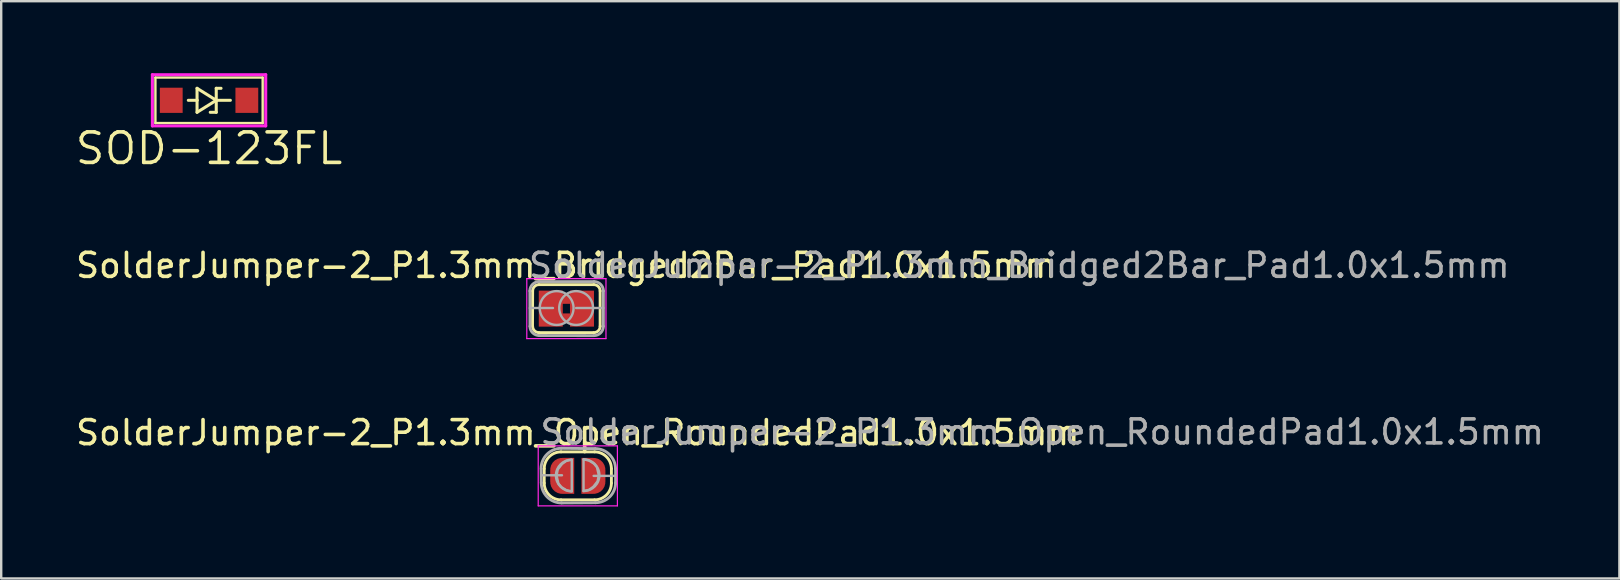
<source format=kicad_pcb>
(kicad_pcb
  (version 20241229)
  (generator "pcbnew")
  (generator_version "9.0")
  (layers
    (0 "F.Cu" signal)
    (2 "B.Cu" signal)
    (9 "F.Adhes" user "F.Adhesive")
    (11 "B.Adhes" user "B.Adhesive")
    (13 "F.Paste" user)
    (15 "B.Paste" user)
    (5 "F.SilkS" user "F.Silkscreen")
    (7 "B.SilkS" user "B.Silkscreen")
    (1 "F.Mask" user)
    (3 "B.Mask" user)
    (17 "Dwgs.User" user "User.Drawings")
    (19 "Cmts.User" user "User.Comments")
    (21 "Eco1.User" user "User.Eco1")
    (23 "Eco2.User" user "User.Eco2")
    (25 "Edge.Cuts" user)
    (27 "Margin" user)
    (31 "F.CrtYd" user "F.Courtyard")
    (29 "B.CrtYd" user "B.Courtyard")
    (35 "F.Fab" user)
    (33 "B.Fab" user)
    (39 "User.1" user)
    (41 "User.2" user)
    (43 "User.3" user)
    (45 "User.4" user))
  (footprint "SolderJumper-2_P1.3mm_Bridged2Bar_Pad1.0x1.5mm"
    (layer "F.Cu")
    (at 20.554 9.812)
    (property "Reference" "SolderJumper-2_P1.3mm_Bridged2Bar_Pad1.0x1.5mm" (at 0 -1.8 0) (layer "F.SilkS") (effects (font (size 1 1) (thickness 0.15))))
    (attr exclude_from_pos_files exclude_from_bom allow_soldermask_bridges)
    (fp_poly (pts (xy -0.25 -0.6) (xy 0.25 -0.6) (xy 0.25 -0.2) (xy -0.25 -0.2)) (stroke (width 0) (type solid)) (fill yes) (layer "F.Cu"))
    (fp_poly (pts (xy -0.25 0.2) (xy 0.25 0.2) (xy 0.25 0.6) (xy -0.25 0.6)) (stroke (width 0) (type solid)) (fill yes) (layer "F.Cu"))
    (fp_rect (start -0.15 -0.75) (end 0.15 0.75) (stroke (width 0) (type default)) (fill yes) (layer "F.Mask"))
    (fp_line (start -1.411 0.737) (end -1.406 -0.737) (stroke (width 0.12) (type solid)) (layer "F.SilkS"))
    (fp_line (start -1.143 -1) (end 1.143 -1) (stroke (width 0.12) (type solid)) (layer "F.SilkS"))
    (fp_line (start 1.118 1) (end -1.143 1) (stroke (width 0.12) (type solid)) (layer "F.SilkS"))
    (fp_line (start 1.406 -0.737) (end 1.406 0.737) (stroke (width 0.12) (type solid)) (layer "F.SilkS"))
    (fp_arc (start -1.4064 -0.7366) (mid -1.329252 -0.922852) (end -1.143 -1) (stroke (width 0.12) (type solid)) (layer "F.SilkS"))
    (fp_arc (start -1.143 1) (mid -1.329252 0.922852) (end -1.4064 0.7366) (stroke (width 0.12) (type solid)) (layer "F.SilkS"))
    (fp_arc (start 1.143 -1) (mid 1.329252 -0.922852) (end 1.4064 -0.7366) (stroke (width 0.12) (type solid)) (layer "F.SilkS"))
    (fp_arc (start 1.4064 0.7366) (mid 1.329252 0.922852) (end 1.143 1) (stroke (width 0.12) (type solid)) (layer "F.SilkS"))
    (fp_line (start -1.65 -1.25) (end -1.65 1.25) (stroke (width 0.05) (type solid)) (layer "F.CrtYd"))
    (fp_line (start -1.65 -1.25) (end 1.65 -1.25) (stroke (width 0.05) (type solid)) (layer "F.CrtYd"))
    (fp_line (start 1.65 1.25) (end -1.65 1.25) (stroke (width 0.05) (type solid)) (layer "F.CrtYd"))
    (fp_line (start 1.65 1.25) (end 1.65 -1.25) (stroke (width 0.05) (type solid)) (layer "F.CrtYd"))
    (fp_line (start -1.518 0.737) (end -1.522 -0.737) (stroke (width 0.12) (type solid)) (layer "F.Fab"))
    (fp_line (start -1.134 -1.125) (end 1.152 -1.126) (stroke (width 0.12) (type solid)) (layer "F.Fab"))
    (fp_line (start -0.559 -0.025) (end -1.524 -0.025) (stroke (width 0.1) (type default)) (layer "F.Fab"))
    (fp_line (start 0.406 -0.025) (end 1.541 -0.025) (stroke (width 0.1) (type default)) (layer "F.Fab"))
    (fp_line (start 1.13 1.125) (end -1.134 1.121) (stroke (width 0.12) (type solid)) (layer "F.Fab"))
    (fp_line (start 1.542 -0.737) (end 1.541 0.737) (stroke (width 0.12) (type solid)) (layer "F.Fab"))
    (fp_arc (start -1.522161 -0.7366) (mid -1.408354 -1.011354) (end -1.1336 -1.125161) (stroke (width 0.12) (type solid)) (layer "F.Fab"))
    (fp_arc (start -1.1336 1.121206) (mid -1.405558 1.008558) (end -1.518206 0.7366) (stroke (width 0.12) (type solid)) (layer "F.Fab"))
    (fp_arc (start 1.1524 -1.126186) (mid 1.427879 -1.012079) (end 1.541986 -0.7366) (stroke (width 0.12) (type solid)) (layer "F.Fab"))
    (fp_arc (start 1.540941 0.7366) (mid 1.42714 1.01134) (end 1.1524 1.125141) (stroke (width 0.12) (type solid)) (layer "F.Fab"))
    (fp_circle (center -0.406 -0.025) (end -1.041 -0.33) (stroke (width 0.1) (type solid)) (fill no) (layer "F.Fab"))
    (fp_circle (center 0.406 -0.025) (end -0.229 -0.33) (stroke (width 0.1) (type solid)) (fill no) (layer "F.Fab"))
    (fp_text user "${REFERENCE}" (at -1.651 -1.219 0) (unlocked yes) (layer "F.Fab") (effects (font (size 1 1) (thickness 0.15)) (justify left bottom)))
    (pad "1" smd rect (at -0.65 0) (size 1 1.5) (layers "F.Cu" "F.Mask"))
    (pad "2" smd rect (at 0.65 0) (size 1 1.5) (layers "F.Cu" "F.Mask")))
  (footprint "SOD-123FL"
    (layer "F.Cu")
    (at 5.662 1.13)
    (property "Reference" "SOD-123FL" (at 0 2.007 0) (layer "F.SilkS") (effects (font (size 1.27 1.27) (thickness 0.15))))
    (fp_line (start -2.235 -0.95) (end -2.235 0.95) (stroke (width 0.1) (type default)) (layer "F.SilkS"))
    (fp_line (start -2.235 -0.95) (end 2.235 -0.95) (stroke (width 0.1) (type solid)) (layer "F.SilkS"))
    (fp_line (start -0.5 -0.5) (end -0.5 0) (stroke (width 0.127) (type solid)) (layer "F.SilkS"))
    (fp_line (start -0.5 0) (end -0.864 0) (stroke (width 0.127) (type solid)) (layer "F.SilkS"))
    (fp_line (start -0.5 0) (end -0.5 0.5) (stroke (width 0.127) (type solid)) (layer "F.SilkS"))
    (fp_line (start -0.5 0.5) (end 0.3 0) (stroke (width 0.127) (type solid)) (layer "F.SilkS"))
    (fp_line (start 0.3 -0.5) (end 0.3 0) (stroke (width 0.127) (type solid)) (layer "F.SilkS"))
    (fp_line (start 0.3 0) (end -0.5 -0.5) (stroke (width 0.127) (type solid)) (layer "F.SilkS"))
    (fp_line (start 0.3 0) (end 0.3 0.5) (stroke (width 0.127) (type solid)) (layer "F.SilkS"))
    (fp_line (start 0.3 0) (end 0.889 0) (stroke (width 0.127) (type solid)) (layer "F.SilkS"))
    (fp_line (start 0.3 0.5) (end 0.05 0.5) (stroke (width 0.127) (type solid)) (layer "F.SilkS"))
    (fp_line (start 0.5 -0.5) (end 0.3 -0.5) (stroke (width 0.127) (type solid)) (layer "F.SilkS"))
    (fp_line (start 2.235 -0.95) (end 2.235 0.95) (stroke (width 0.1) (type default)) (layer "F.SilkS"))
    (fp_line (start 2.235 0.95) (end -2.235 0.95) (stroke (width 0.1) (type solid)) (layer "F.SilkS"))
    (fp_line (start -2.362 -1.067) (end 2.362 -1.067) (stroke (width 0.127) (type solid)) (layer "F.CrtYd"))
    (fp_line (start -2.362 1.067) (end -2.362 -1.067) (stroke (width 0.127) (type solid)) (layer "F.CrtYd"))
    (fp_line (start 2.362 -1.067) (end 2.362 1.067) (stroke (width 0.127) (type solid)) (layer "F.CrtYd"))
    (fp_line (start 2.362 1.067) (end -2.362 1.067) (stroke (width 0.127) (type solid)) (layer "F.CrtYd"))
    (pad "A" smd rect (at -1.575 0) (size 0.95 1.05) (layers "F.Cu" "F.Mask" "F.Paste"))
    (pad "K" smd rect (at 1.575 0) (size 0.95 1.05) (layers "F.Cu" "F.Mask" "F.Paste")))
  (footprint "SolderJumper-2_P1.3mm_Open_RoundedPad1.0x1.5mm"
    (layer "F.Cu")
    (at 21.03 16.782)
    (property "Reference" "SolderJumper-2_P1.3mm_Open_RoundedPad1.0x1.5mm" (at 0 -1.8 0) (layer "F.SilkS") (effects (font (size 1 1) (thickness 0.15))))
    (attr exclude_from_pos_files exclude_from_bom allow_soldermask_bridges)
    (fp_rect (start -0.15 -0.75) (end 0.15 0.75) (stroke (width 0) (type default)) (fill yes) (layer "F.Mask"))
    (fp_line (start -1.4 0.3) (end -1.4 -0.3) (stroke (width 0.12) (type solid)) (layer "F.SilkS"))
    (fp_line (start -0.7 -1) (end 0.7 -1) (stroke (width 0.12) (type solid)) (layer "F.SilkS"))
    (fp_line (start 0.7 1) (end -0.7 1) (stroke (width 0.12) (type solid)) (layer "F.SilkS"))
    (fp_line (start 1.4 -0.3) (end 1.4 0.3) (stroke (width 0.12) (type solid)) (layer "F.SilkS"))
    (fp_arc (start -1.4 -0.3) (mid -1.194975 -0.794975) (end -0.7 -1) (stroke (width 0.12) (type solid)) (layer "F.SilkS"))
    (fp_arc (start -0.7 1) (mid -1.194975 0.794975) (end -1.4 0.3) (stroke (width 0.12) (type solid)) (layer "F.SilkS"))
    (fp_arc (start 0.7 -1) (mid 1.194975 -0.794975) (end 1.4 -0.3) (stroke (width 0.12) (type solid)) (layer "F.SilkS"))
    (fp_arc (start 1.4 0.3) (mid 1.194975 0.794975) (end 0.7 1) (stroke (width 0.12) (type solid)) (layer "F.SilkS"))
    (fp_line (start -1.65 -1.25) (end -1.65 1.25) (stroke (width 0.05) (type solid)) (layer "F.CrtYd"))
    (fp_line (start -1.65 -1.25) (end 1.65 -1.25) (stroke (width 0.05) (type solid)) (layer "F.CrtYd"))
    (fp_line (start 1.65 1.25) (end -1.65 1.25) (stroke (width 0.05) (type solid)) (layer "F.CrtYd"))
    (fp_line (start 1.65 1.25) (end 1.65 -1.25) (stroke (width 0.05) (type solid)) (layer "F.CrtYd"))
    (fp_line (start -1.521 0.282) (end -1.527 -0.279) (stroke (width 0.12) (type solid)) (layer "F.Fab"))
    (fp_line (start -0.687 -1.149) (end 0.724 -1.136) (stroke (width 0.12) (type solid)) (layer "F.Fab"))
    (fp_line (start -0.66 -0.025) (end -1.524 -0.025) (stroke (width 0.1) (type default)) (layer "F.Fab"))
    (fp_line (start 0.66 0) (end 1.575 0) (stroke (width 0.1) (type default)) (layer "F.Fab"))
    (fp_line (start 0.742 1.118) (end -0.676 1.128) (stroke (width 0.12) (type solid)) (layer "F.Fab"))
    (fp_line (start 1.575 -0.3) (end 1.575 0.3) (stroke (width 0.12) (type solid)) (layer "F.Fab"))
    (fp_arc (start -1.529559 -0.306191) (mid -1.282835 -0.901835) (end -0.687191 -1.148559) (stroke (width 0.12) (type solid)) (layer "F.Fab"))
    (fp_arc (start -0.675776 1.128122) (mid -1.273951 0.88035) (end -1.521722 0.282175) (stroke (width 0.12) (type solid)) (layer "F.Fab"))
    (fp_arc (start -0.251069 0.645746) (mid -0.911469 -0.014654) (end -0.251069 -0.675054) (stroke (width 0.1) (type default)) (layer "F.Fab"))
    (fp_arc (start 0.239346 -0.688731) (mid 0.899746 -0.028331) (end 0.239346 0.632069) (stroke (width 0.1) (type default)) (layer "F.Fab"))
    (fp_arc (start 0.724225 -1.135597) (mid 1.323883 -0.887211) (end 1.572269 -0.287553) (stroke (width 0.12) (type solid)) (layer "F.Fab"))
    (fp_arc (start 1.5748 0.284721) (mid 1.330855 0.873655) (end 0.741921 1.1176) (stroke (width 0.12) (type solid)) (layer "F.Fab"))
    (fp_poly (pts (xy -0.251 0.646) (xy -0.251 -0.675) (xy -0.48 -0.624) (xy -0.657 -0.497) (xy -0.835 -0.269) (xy -0.886 -0.015) (xy -0.81 0.316) (xy -0.683 0.468) (xy -0.48 0.595)) (stroke (width 0.1) (type solid)) (fill no) (layer "F.Fab"))
    (fp_poly (pts (xy 0.239 -0.689) (xy 0.239 0.632) (xy 0.468 0.581) (xy 0.646 0.454) (xy 0.824 0.226) (xy 0.874 -0.028) (xy 0.798 -0.359) (xy 0.671 -0.511) (xy 0.468 -0.638)) (stroke (width 0.1) (type solid)) (fill no) (layer "F.Fab"))
    (fp_text user "${REFERENCE}" (at -1.651 -1.245 0) (unlocked yes) (layer "F.Fab") (effects (font (size 1 1) (thickness 0.15)) (justify left bottom)))
    (pad "1" smd custom (at -0.65 0) (size 1 0.5) (layers "F.Cu" "F.Mask") (options (anchor rect)) (primitives (gr_circle (center 0 0.25) (end 0.5 0.25) (width 0) (fill yes)) (gr_circle (center 0 -0.25) (end 0.5 -0.25) (width 0) (fill yes)) (gr_poly (pts (xy 0.5 0.75) (xy 0 0.75) (xy 0 -0.75) (xy 0.5 -0.75)) (width 0) (fill yes))))
    (pad "2" smd custom (at 0.65 0) (size 1 0.5) (layers "F.Cu" "F.Mask") (options (anchor rect)) (primitives (gr_circle (center 0 0.25) (end 0.5 0.25) (width 0) (fill yes)) (gr_circle (center 0 -0.25) (end 0.5 -0.25) (width 0) (fill yes)) (gr_poly (pts (xy 0 0.75) (xy -0.5 0.75) (xy -0.5 -0.75) (xy 0 -0.75)) (width 0) (fill yes)))))
  (gr_rect
    (start -3 -3)
    (end 64.438 21.057)
    (stroke (width 0.1) (type default))
    (fill no)
    (layer "Edge.Cuts")))
</source>
